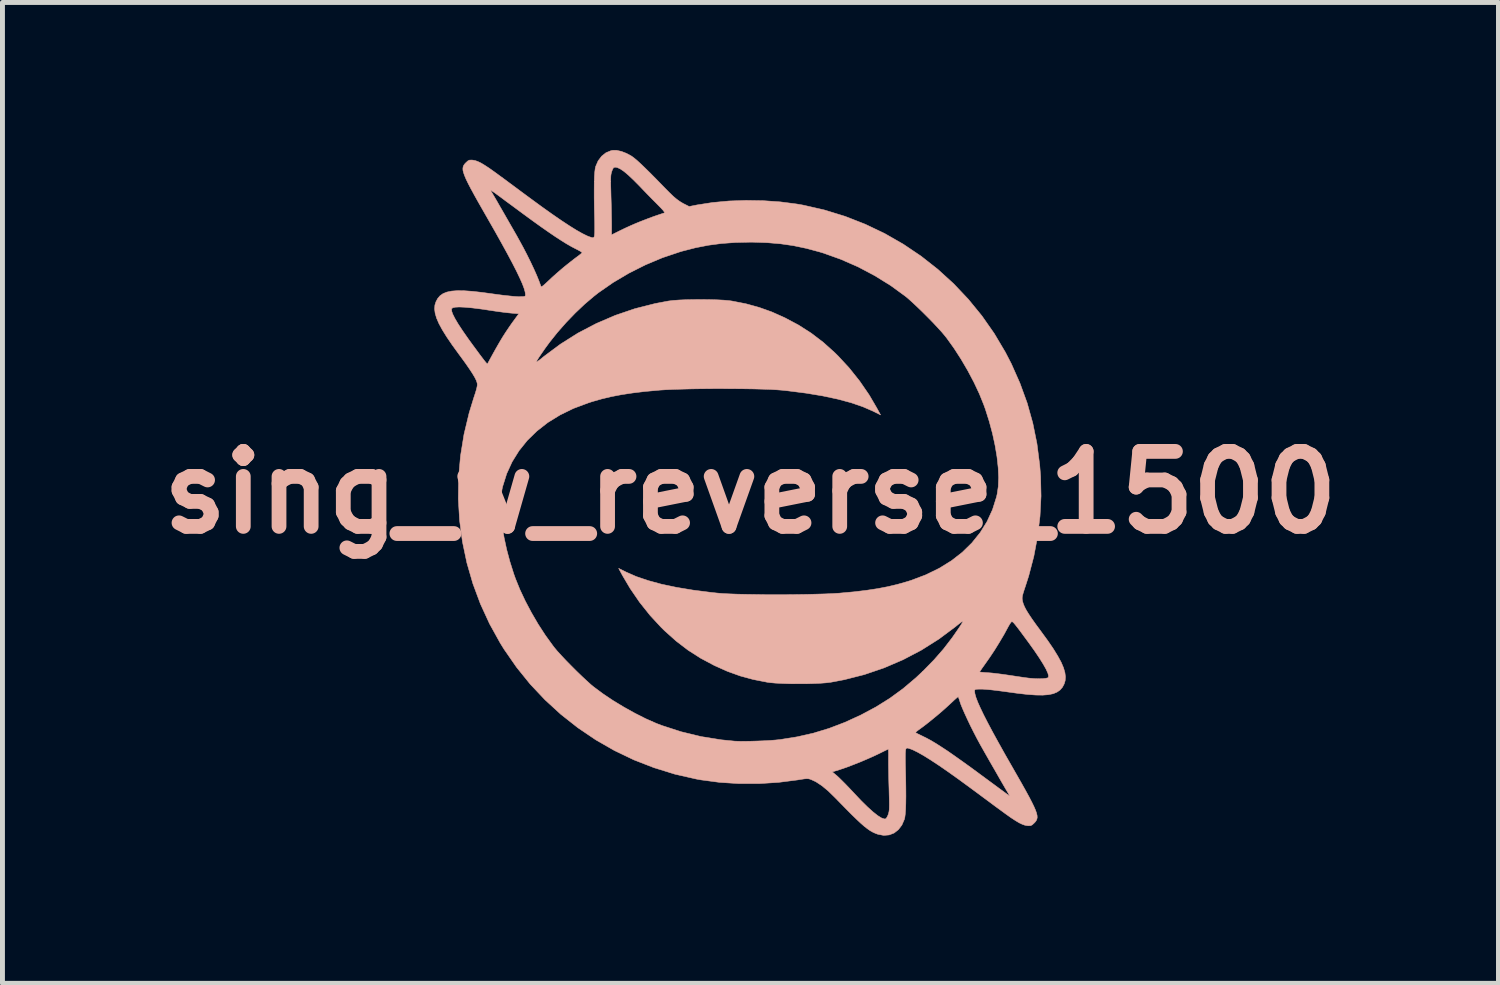
<source format=kicad_pcb>
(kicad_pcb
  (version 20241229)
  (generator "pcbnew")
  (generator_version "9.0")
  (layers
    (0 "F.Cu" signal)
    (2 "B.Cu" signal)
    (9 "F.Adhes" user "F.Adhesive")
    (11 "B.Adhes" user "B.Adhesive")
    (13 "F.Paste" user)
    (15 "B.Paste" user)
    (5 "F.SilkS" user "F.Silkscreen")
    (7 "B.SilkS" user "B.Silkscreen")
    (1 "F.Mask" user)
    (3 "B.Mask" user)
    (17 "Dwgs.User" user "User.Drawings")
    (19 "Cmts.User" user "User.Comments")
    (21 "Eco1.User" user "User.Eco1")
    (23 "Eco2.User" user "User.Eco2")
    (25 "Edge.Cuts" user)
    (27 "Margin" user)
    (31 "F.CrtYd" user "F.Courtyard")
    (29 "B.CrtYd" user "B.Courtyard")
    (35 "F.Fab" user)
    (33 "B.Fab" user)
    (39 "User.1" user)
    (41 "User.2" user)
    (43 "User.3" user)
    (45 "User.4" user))
  (footprint "sing_w_reverse_1500"
    (layer "F.Cu")
    (at 12.199 6.957)
    (property "Reference" "sing_w_reverse_1500" (at 0 0 0) (layer "B.SilkS") (effects (font (size 1.524 1.524) (thickness 0.3))))
    (attr through_hole)
    (fp_poly (pts (xy -2.717 -6.952) (xy -2.62 -6.93) (xy -2.517 -6.89) (xy -2.416 -6.835) (xy -2.412 -6.832) (xy -2.366 -6.798) (xy -2.308 -6.75) (xy -2.237 -6.685) (xy -2.15 -6.602) (xy -2.045 -6.499) (xy -1.922 -6.375) (xy -1.778 -6.227) (xy -1.735 -6.183) (xy -1.642 -6.089) (xy -1.565 -6.015) (xy -1.497 -5.958) (xy -1.433 -5.912) (xy -1.368 -5.873) (xy -1.326 -5.852) (xy -1.245 -5.811) (xy -1.084 -5.843) (xy -0.769 -5.892) (xy -0.434 -5.923) (xy -0.088 -5.935) (xy 0.262 -5.929) (xy 0.607 -5.905) (xy 0.939 -5.862) (xy 1.067 -5.84) (xy 1.501 -5.741) (xy 1.923 -5.611) (xy 2.332 -5.451) (xy 2.726 -5.263) (xy 3.105 -5.046) (xy 3.466 -4.803) (xy 3.807 -4.535) (xy 4.129 -4.242) (xy 4.428 -3.926) (xy 4.704 -3.588) (xy 4.955 -3.229) (xy 5.18 -2.85) (xy 5.301 -2.616) (xy 5.477 -2.219) (xy 5.623 -1.818) (xy 5.737 -1.41) (xy 5.822 -0.991) (xy 5.878 -0.557) (xy 5.896 -0.328) (xy 5.905 0.072) (xy 5.884 0.481) (xy 5.835 0.892) (xy 5.758 1.3) (xy 5.654 1.697) (xy 5.592 1.89) (xy 5.561 1.983) (xy 5.54 2.051) (xy 5.527 2.099) (xy 5.522 2.137) (xy 5.522 2.168) (xy 5.528 2.202) (xy 5.531 2.216) (xy 5.546 2.267) (xy 5.57 2.324) (xy 5.605 2.391) (xy 5.654 2.47) (xy 5.718 2.566) (xy 5.799 2.68) (xy 5.9 2.817) (xy 5.908 2.828) (xy 6.043 3.013) (xy 6.155 3.177) (xy 6.244 3.322) (xy 6.313 3.448) (xy 6.361 3.56) (xy 6.39 3.659) (xy 6.401 3.746) (xy 6.395 3.825) (xy 6.375 3.891) (xy 6.339 3.959) (xy 6.291 4.014) (xy 6.229 4.057) (xy 6.152 4.089) (xy 6.055 4.109) (xy 5.938 4.118) (xy 5.797 4.116) (xy 5.63 4.104) (xy 5.435 4.082) (xy 5.252 4.057) (xy 5.128 4.04) (xy 5.007 4.024) (xy 4.894 4.011) (xy 4.798 4.002) (xy 4.725 3.997) (xy 4.697 3.996) (xy 4.628 3.997) (xy 4.586 3.999) (xy 4.564 4.006) (xy 4.556 4.019) (xy 4.555 4.038) (xy 4.562 4.092) (xy 4.583 4.166) (xy 4.619 4.261) (xy 4.671 4.377) (xy 4.738 4.517) (xy 4.821 4.679) (xy 4.921 4.867) (xy 5.038 5.08) (xy 5.172 5.32) (xy 5.291 5.528) (xy 5.407 5.731) (xy 5.507 5.906) (xy 5.591 6.056) (xy 5.661 6.184) (xy 5.717 6.292) (xy 5.761 6.382) (xy 5.793 6.456) (xy 5.814 6.516) (xy 5.825 6.565) (xy 5.827 6.606) (xy 5.82 6.639) (xy 5.807 6.668) (xy 5.787 6.695) (xy 5.765 6.718) (xy 5.726 6.754) (xy 5.694 6.77) (xy 5.652 6.772) (xy 5.623 6.77) (xy 5.575 6.761) (xy 5.522 6.742) (xy 5.459 6.712) (xy 5.384 6.667) (xy 5.292 6.607) (xy 5.181 6.528) (xy 5.061 6.44) (xy 4.973 6.376) (xy 4.866 6.296) (xy 4.748 6.209) (xy 4.626 6.118) (xy 4.508 6.031) (xy 4.459 5.995) (xy 4.231 5.828) (xy 4.022 5.679) (xy 3.834 5.549) (xy 3.667 5.439) (xy 3.523 5.349) (xy 3.401 5.28) (xy 3.304 5.232) (xy 3.262 5.215) (xy 3.211 5.198) (xy 3.183 5.193) (xy 3.167 5.2) (xy 3.158 5.213) (xy 3.152 5.241) (xy 3.148 5.299) (xy 3.147 5.385) (xy 3.148 5.495) (xy 3.149 5.554) (xy 3.155 5.793) (xy 3.158 5.999) (xy 3.159 6.175) (xy 3.157 6.321) (xy 3.153 6.44) (xy 3.146 6.534) (xy 3.137 6.603) (xy 3.128 6.641) (xy 3.077 6.759) (xy 3.006 6.852) (xy 2.919 6.92) (xy 2.818 6.959) (xy 2.708 6.968) (xy 2.591 6.946) (xy 2.589 6.945) (xy 2.537 6.926) (xy 2.485 6.902) (xy 2.432 6.872) (xy 2.375 6.832) (xy 2.311 6.782) (xy 2.239 6.719) (xy 2.155 6.64) (xy 2.056 6.544) (xy 1.942 6.429) (xy 1.808 6.292) (xy 1.718 6.2) (xy 1.578 6.063) (xy 1.449 5.957) (xy 1.329 5.878) (xy 1.238 5.836) (xy 1.206 5.824) (xy 1.175 5.817) (xy 1.141 5.816) (xy 1.093 5.82) (xy 1.026 5.83) (xy 0.959 5.841) (xy 0.57 5.891) (xy 0.171 5.916) (xy -0.229 5.916) (xy -0.625 5.891) (xy -1.007 5.84) (xy -1.101 5.823) (xy -1.536 5.724) (xy -1.683 5.678) (xy 1.663 5.678) (xy 1.759 5.758) (xy 1.8 5.796) (xy 1.858 5.853) (xy 1.929 5.924) (xy 2.007 6.005) (xy 2.087 6.09) (xy 2.1 6.104) (xy 2.247 6.26) (xy 2.378 6.389) (xy 2.491 6.491) (xy 2.586 6.566) (xy 2.663 6.614) (xy 2.722 6.634) (xy 2.743 6.634) (xy 2.763 6.616) (xy 2.786 6.577) (xy 2.799 6.545) (xy 2.808 6.516) (xy 2.815 6.486) (xy 2.82 6.449) (xy 2.822 6.401) (xy 2.823 6.338) (xy 2.822 6.254) (xy 2.819 6.145) (xy 2.816 6.02) (xy 2.812 5.889) (xy 2.809 5.758) (xy 2.807 5.634) (xy 2.805 5.526) (xy 2.805 5.439) (xy 2.805 5.397) (xy 2.806 5.324) (xy 2.805 5.264) (xy 2.803 5.226) (xy 2.801 5.215) (xy 2.784 5.223) (xy 2.743 5.242) (xy 2.684 5.271) (xy 2.62 5.303) (xy 2.508 5.356) (xy 2.375 5.415) (xy 2.232 5.476) (xy 2.087 5.533) (xy 1.951 5.585) (xy 1.833 5.625) (xy 1.81 5.633) (xy 1.663 5.678) (xy -1.683 5.678) (xy -1.959 5.593) (xy -2.37 5.433) (xy -2.766 5.243) (xy -3.146 5.025) (xy -3.508 4.78) (xy -3.852 4.509) (xy -4.175 4.213) (xy -4.476 3.894) (xy -4.753 3.551) (xy -5.006 3.186) (xy -5.086 3.057) (xy -5.302 2.667) (xy -5.487 2.264) (xy -5.64 1.852) (xy -5.762 1.43) (xy -5.852 1.002) (xy -5.91 0.569) (xy -5.928 0.268) (xy -5.077 0.268) (xy -5.068 0.47) (xy -5.044 0.689) (xy -5.005 0.921) (xy -4.953 1.162) (xy -4.887 1.408) (xy -4.809 1.655) (xy -4.774 1.753) (xy -4.685 1.972) (xy -4.576 2.204) (xy -4.45 2.442) (xy -4.313 2.677) (xy -4.169 2.899) (xy -4.023 3.101) (xy -3.986 3.15) (xy -3.924 3.224) (xy -3.841 3.315) (xy -3.745 3.417) (xy -3.639 3.525) (xy -3.53 3.634) (xy -3.422 3.738) (xy -3.322 3.831) (xy -3.236 3.909) (xy -3.183 3.952) (xy -2.999 4.089) (xy -2.793 4.227) (xy -2.572 4.361) (xy -2.347 4.486) (xy -2.123 4.599) (xy -1.91 4.693) (xy -1.803 4.734) (xy -1.408 4.862) (xy -1.003 4.96) (xy -0.592 5.026) (xy -0.322 5.053) (xy -0.239 5.056) (xy -0.13 5.057) (xy -0.004 5.055) (xy 0.131 5.051) (xy 0.267 5.046) (xy 0.396 5.039) (xy 0.51 5.03) (xy 0.6 5.021) (xy 0.601 5.021) (xy 0.95 4.965) (xy 1.281 4.89) (xy 1.324 4.877) (xy 3.354 4.877) (xy 3.368 4.887) (xy 3.407 4.908) (xy 3.463 4.935) (xy 3.498 4.952) (xy 3.579 4.992) (xy 3.668 5.04) (xy 3.767 5.099) (xy 3.878 5.17) (xy 4.005 5.253) (xy 4.147 5.352) (xy 4.308 5.466) (xy 4.49 5.597) (xy 4.695 5.748) (xy 4.851 5.863) (xy 4.953 5.938) (xy 5.046 6.007) (xy 5.127 6.066) (xy 5.192 6.114) (xy 5.237 6.147) (xy 5.26 6.163) (xy 5.263 6.164) (xy 5.259 6.151) (xy 5.242 6.12) (xy 5.236 6.109) (xy 5.212 6.068) (xy 5.174 6.004) (xy 5.125 5.919) (xy 5.067 5.819) (xy 5.005 5.71) (xy 4.939 5.595) (xy 4.873 5.481) (xy 4.81 5.37) (xy 4.753 5.27) (xy 4.704 5.183) (xy 4.666 5.116) (xy 4.66 5.105) (xy 4.599 4.992) (xy 4.535 4.868) (xy 4.471 4.741) (xy 4.411 4.615) (xy 4.357 4.498) (xy 4.312 4.396) (xy 4.278 4.313) (xy 4.265 4.276) (xy 4.246 4.217) (xy 4.231 4.173) (xy 4.223 4.151) (xy 4.222 4.151) (xy 4.209 4.159) (xy 4.176 4.187) (xy 4.128 4.23) (xy 4.071 4.284) (xy 4.063 4.291) (xy 3.966 4.38) (xy 3.855 4.478) (xy 3.736 4.577) (xy 3.619 4.672) (xy 3.512 4.755) (xy 3.449 4.801) (xy 3.402 4.835) (xy 3.368 4.863) (xy 3.354 4.877) (xy 3.354 4.877) (xy 1.324 4.877) (xy 1.602 4.792) (xy 1.921 4.67) (xy 2.244 4.522) (xy 2.551 4.358) (xy 2.834 4.181) (xy 3.101 3.986) (xy 3.36 3.767) (xy 3.489 3.646) (xy 4.657 3.646) (xy 4.672 3.65) (xy 4.715 3.654) (xy 4.776 3.659) (xy 4.822 3.662) (xy 4.898 3.668) (xy 4.997 3.679) (xy 5.108 3.693) (xy 5.22 3.709) (xy 5.268 3.716) (xy 5.374 3.732) (xy 5.48 3.748) (xy 5.576 3.762) (xy 5.654 3.772) (xy 5.683 3.775) (xy 5.768 3.782) (xy 5.854 3.785) (xy 5.933 3.783) (xy 5.997 3.777) (xy 6.04 3.767) (xy 6.05 3.761) (xy 6.058 3.729) (xy 6.044 3.673) (xy 6.008 3.592) (xy 5.95 3.489) (xy 5.871 3.363) (xy 5.772 3.216) (xy 5.651 3.047) (xy 5.614 2.997) (xy 5.532 2.886) (xy 5.467 2.798) (xy 5.417 2.733) (xy 5.38 2.686) (xy 5.353 2.654) (xy 5.334 2.636) (xy 5.32 2.627) (xy 5.31 2.625) (xy 5.294 2.639) (xy 5.268 2.676) (xy 5.238 2.728) (xy 5.234 2.736) (xy 5.156 2.88) (xy 5.062 3.039) (xy 4.962 3.201) (xy 4.861 3.353) (xy 4.799 3.441) (xy 4.749 3.512) (xy 4.706 3.572) (xy 4.675 3.618) (xy 4.658 3.643) (xy 4.657 3.646) (xy 3.489 3.646) (xy 3.512 3.624) (xy 3.731 3.4) (xy 3.924 3.179) (xy 4.097 2.954) (xy 4.137 2.897) (xy 4.209 2.793) (xy 4.262 2.715) (xy 4.296 2.662) (xy 4.312 2.631) (xy 4.308 2.622) (xy 4.287 2.633) (xy 4.248 2.662) (xy 4.191 2.707) (xy 4.163 2.73) (xy 3.827 2.98) (xy 3.472 3.204) (xy 3.1 3.399) (xy 2.713 3.565) (xy 2.313 3.701) (xy 1.904 3.805) (xy 1.634 3.856) (xy 1.537 3.868) (xy 1.414 3.877) (xy 1.272 3.883) (xy 1.116 3.887) (xy 0.956 3.887) (xy 0.796 3.886) (xy 0.646 3.881) (xy 0.51 3.874) (xy 0.397 3.864) (xy 0.341 3.856) (xy 0.056 3.8) (xy -0.209 3.728) (xy -0.467 3.635) (xy -0.729 3.518) (xy -0.737 3.514) (xy -1.013 3.367) (xy -1.268 3.204) (xy -1.51 3.019) (xy -1.747 2.807) (xy -1.814 2.741) (xy -2.039 2.498) (xy -2.252 2.231) (xy -2.445 1.949) (xy -2.598 1.69) (xy -2.678 1.542) (xy -2.525 1.618) (xy -2.318 1.709) (xy -2.078 1.79) (xy -1.807 1.864) (xy -1.503 1.928) (xy -1.166 1.984) (xy -0.797 2.031) (xy -0.677 2.044) (xy -0.572 2.053) (xy -0.437 2.06) (xy -0.278 2.066) (xy -0.099 2.07) (xy 0.097 2.073) (xy 0.303 2.076) (xy 0.516 2.076) (xy 0.731 2.076) (xy 0.943 2.074) (xy 1.149 2.071) (xy 1.342 2.066) (xy 1.52 2.061) (xy 1.677 2.054) (xy 1.809 2.046) (xy 1.837 2.043) (xy 2.112 2.018) (xy 2.359 1.988) (xy 2.583 1.954) (xy 2.792 1.914) (xy 2.989 1.867) (xy 3.182 1.812) (xy 3.268 1.785) (xy 3.564 1.673) (xy 3.836 1.54) (xy 4.084 1.387) (xy 4.305 1.215) (xy 4.5 1.024) (xy 4.668 0.815) (xy 4.808 0.59) (xy 4.919 0.348) (xy 5 0.091) (xy 5.013 0.034) (xy 5.036 -0.121) (xy 5.043 -0.302) (xy 5.034 -0.504) (xy 5.01 -0.723) (xy 4.971 -0.955) (xy 4.919 -1.196) (xy 4.853 -1.442) (xy 4.775 -1.689) (xy 4.74 -1.786) (xy 4.651 -2.006) (xy 4.542 -2.238) (xy 4.416 -2.476) (xy 4.279 -2.71) (xy 4.135 -2.933) (xy 3.99 -3.135) (xy 3.952 -3.183) (xy 3.89 -3.257) (xy 3.807 -3.348) (xy 3.711 -3.451) (xy 3.605 -3.559) (xy 3.496 -3.668) (xy 3.388 -3.772) (xy 3.289 -3.865) (xy 3.202 -3.943) (xy 3.15 -3.986) (xy 2.851 -4.204) (xy 2.528 -4.404) (xy 2.188 -4.584) (xy 1.836 -4.738) (xy 1.481 -4.865) (xy 1.408 -4.887) (xy 1.137 -4.96) (xy 0.875 -5.015) (xy 0.613 -5.053) (xy 0.34 -5.076) (xy 0.048 -5.086) (xy -0.017 -5.086) (xy -0.315 -5.079) (xy -0.591 -5.059) (xy -0.854 -5.024) (xy -1.115 -4.973) (xy -1.384 -4.904) (xy -1.441 -4.887) (xy -1.789 -4.77) (xy -2.134 -4.625) (xy -2.47 -4.456) (xy -2.791 -4.266) (xy -3.089 -4.059) (xy -3.183 -3.985) (xy -3.368 -3.828) (xy -3.557 -3.649) (xy -3.744 -3.455) (xy -3.921 -3.254) (xy -4.08 -3.055) (xy -4.171 -2.931) (xy -4.243 -2.827) (xy -4.296 -2.749) (xy -4.33 -2.695) (xy -4.345 -2.665) (xy -4.342 -2.656) (xy -4.321 -2.667) (xy -4.282 -2.695) (xy -4.225 -2.741) (xy -4.197 -2.764) (xy -3.861 -3.014) (xy -3.506 -3.238) (xy -3.133 -3.433) (xy -2.747 -3.599) (xy -2.347 -3.735) (xy -1.937 -3.839) (xy -1.668 -3.89) (xy -1.571 -3.902) (xy -1.448 -3.911) (xy -1.306 -3.917) (xy -1.15 -3.92) (xy -0.99 -3.921) (xy -0.83 -3.919) (xy -0.679 -3.915) (xy -0.544 -3.908) (xy -0.431 -3.898) (xy -0.375 -3.89) (xy -0.09 -3.834) (xy 0.175 -3.761) (xy 0.433 -3.669) (xy 0.695 -3.552) (xy 0.703 -3.548) (xy 0.979 -3.401) (xy 1.234 -3.238) (xy 1.477 -3.053) (xy 1.713 -2.841) (xy 1.78 -2.775) (xy 2.005 -2.532) (xy 2.218 -2.265) (xy 2.412 -1.983) (xy 2.564 -1.723) (xy 2.644 -1.576) (xy 2.491 -1.652) (xy 2.284 -1.742) (xy 2.045 -1.824) (xy 1.773 -1.897) (xy 1.469 -1.962) (xy 1.132 -2.018) (xy 0.763 -2.065) (xy 0.643 -2.078) (xy 0.538 -2.086) (xy 0.404 -2.094) (xy 0.244 -2.099) (xy 0.065 -2.104) (xy -0.13 -2.107) (xy -0.337 -2.109) (xy -0.55 -2.11) (xy -0.765 -2.11) (xy -0.977 -2.108) (xy -1.182 -2.105) (xy -1.376 -2.1) (xy -1.554 -2.095) (xy -1.711 -2.088) (xy -1.842 -2.08) (xy -1.871 -2.077) (xy -2.146 -2.052) (xy -2.393 -2.022) (xy -2.617 -1.988) (xy -2.826 -1.948) (xy -3.023 -1.901) (xy -3.216 -1.846) (xy -3.301 -1.818) (xy -3.598 -1.707) (xy -3.87 -1.574) (xy -4.118 -1.421) (xy -4.339 -1.248) (xy -4.534 -1.058) (xy -4.702 -0.849) (xy -4.842 -0.624) (xy -4.953 -0.382) (xy -5.034 -0.125) (xy -5.047 -0.068) (xy -5.07 0.088) (xy -5.077 0.268) (xy -5.928 0.268) (xy -5.936 0.132) (xy -5.93 -0.307) (xy -5.891 -0.745) (xy -5.82 -1.183) (xy -5.716 -1.617) (xy -5.624 -1.917) (xy -5.591 -2.017) (xy -5.569 -2.091) (xy -5.556 -2.145) (xy -5.55 -2.184) (xy -5.552 -2.215) (xy -5.554 -2.226) (xy -5.57 -2.275) (xy -5.601 -2.337) (xy -5.647 -2.415) (xy -5.71 -2.511) (xy -5.791 -2.628) (xy -5.893 -2.768) (xy -5.925 -2.811) (xy -6.06 -2.997) (xy -6.171 -3.16) (xy -6.261 -3.305) (xy -6.33 -3.432) (xy -6.378 -3.543) (xy -6.407 -3.642) (xy -6.418 -3.729) (xy -6.418 -3.732) (xy -6.073 -3.732) (xy -6.073 -3.691) (xy -6.05 -3.625) (xy -6.004 -3.534) (xy -5.936 -3.419) (xy -5.845 -3.281) (xy -5.732 -3.119) (xy -5.631 -2.98) (xy -5.565 -2.891) (xy -5.504 -2.808) (xy -5.451 -2.738) (xy -5.41 -2.684) (xy -5.384 -2.652) (xy -5.379 -2.646) (xy -5.346 -2.609) (xy -5.233 -2.816) (xy -5.181 -2.909) (xy -5.124 -3.009) (xy -5.069 -3.103) (xy -5.025 -3.175) (xy -4.971 -3.259) (xy -4.907 -3.354) (xy -4.844 -3.445) (xy -4.818 -3.48) (xy -4.707 -3.632) (xy -4.855 -3.644) (xy -4.926 -3.651) (xy -5.02 -3.662) (xy -5.126 -3.676) (xy -5.235 -3.692) (xy -5.275 -3.698) (xy -5.482 -3.729) (xy -5.658 -3.751) (xy -5.802 -3.764) (xy -5.915 -3.769) (xy -5.997 -3.765) (xy -6.05 -3.753) (xy -6.073 -3.732) (xy -6.418 -3.732) (xy -6.412 -3.808) (xy -6.391 -3.874) (xy -6.355 -3.942) (xy -6.308 -3.997) (xy -6.246 -4.041) (xy -6.169 -4.072) (xy -6.072 -4.092) (xy -5.955 -4.101) (xy -5.814 -4.099) (xy -5.647 -4.087) (xy -5.452 -4.065) (xy -5.269 -4.04) (xy -5.145 -4.023) (xy -5.023 -4.007) (xy -4.911 -3.995) (xy -4.815 -3.985) (xy -4.742 -3.98) (xy -4.714 -3.979) (xy -4.645 -3.98) (xy -4.603 -3.982) (xy -4.581 -3.989) (xy -4.573 -4.002) (xy -4.572 -4.021) (xy -4.579 -4.075) (xy -4.6 -4.149) (xy -4.636 -4.244) (xy -4.688 -4.36) (xy -4.755 -4.5) (xy -4.838 -4.662) (xy -4.938 -4.85) (xy -5.055 -5.063) (xy -5.189 -5.303) (xy -5.308 -5.511) (xy -5.424 -5.714) (xy -5.524 -5.889) (xy -5.608 -6.039) (xy -5.658 -6.132) (xy -5.276 -6.132) (xy -5.27 -6.12) (xy -5.259 -6.102) (xy -5.254 -6.095) (xy -5.234 -6.06) (xy -5.199 -6.001) (xy -5.153 -5.922) (xy -5.099 -5.827) (xy -5.038 -5.722) (xy -4.975 -5.612) (xy -4.911 -5.5) (xy -4.849 -5.392) (xy -4.792 -5.293) (xy -4.743 -5.207) (xy -4.705 -5.138) (xy -4.696 -5.122) (xy -4.62 -4.983) (xy -4.544 -4.837) (xy -4.471 -4.69) (xy -4.404 -4.548) (xy -4.345 -4.416) (xy -4.298 -4.301) (xy -4.264 -4.208) (xy -4.259 -4.193) (xy -4.252 -4.183) (xy -4.236 -4.186) (xy -4.208 -4.206) (xy -4.164 -4.245) (xy -4.11 -4.295) (xy -4.036 -4.365) (xy -3.948 -4.444) (xy -3.86 -4.52) (xy -3.811 -4.562) (xy -3.735 -4.624) (xy -3.654 -4.688) (xy -3.58 -4.746) (xy -3.536 -4.779) (xy -3.483 -4.818) (xy -3.443 -4.851) (xy -3.422 -4.871) (xy -3.421 -4.874) (xy -3.435 -4.887) (xy -3.472 -4.91) (xy -3.527 -4.939) (xy -3.551 -4.951) (xy -3.637 -4.996) (xy -3.733 -5.051) (xy -3.841 -5.118) (xy -3.963 -5.197) (xy -4.101 -5.291) (xy -4.257 -5.4) (xy -4.434 -5.527) (xy -4.632 -5.672) (xy -4.851 -5.834) (xy -4.974 -5.924) (xy -5.071 -5.997) (xy -5.146 -6.052) (xy -5.201 -6.092) (xy -5.24 -6.118) (xy -5.263 -6.133) (xy -5.274 -6.137) (xy -5.276 -6.132) (xy -5.658 -6.132) (xy -5.678 -6.167) (xy -5.734 -6.275) (xy -5.778 -6.365) (xy -5.809 -6.439) (xy -5.83 -6.499) (xy -5.842 -6.548) (xy -5.843 -6.589) (xy -5.837 -6.622) (xy -5.824 -6.651) (xy -5.804 -6.678) (xy -5.782 -6.701) (xy -5.743 -6.737) (xy -5.711 -6.753) (xy -5.669 -6.755) (xy -5.639 -6.753) (xy -5.592 -6.744) (xy -5.539 -6.725) (xy -5.476 -6.695) (xy -5.401 -6.65) (xy -5.309 -6.59) (xy -5.198 -6.511) (xy -5.078 -6.423) (xy -4.99 -6.359) (xy -4.883 -6.279) (xy -4.765 -6.192) (xy -4.643 -6.101) (xy -4.525 -6.014) (xy -4.476 -5.978) (xy -4.248 -5.811) (xy -4.039 -5.662) (xy -3.851 -5.532) (xy -3.684 -5.422) (xy -3.54 -5.332) (xy -3.418 -5.263) (xy -3.321 -5.215) (xy -3.279 -5.198) (xy -3.228 -5.181) (xy -3.2 -5.176) (xy -3.184 -5.183) (xy -3.175 -5.196) (xy -3.169 -5.224) (xy -3.165 -5.282) (xy -3.164 -5.368) (xy -3.165 -5.478) (xy -3.166 -5.537) (xy -3.172 -5.776) (xy -3.175 -5.982) (xy -3.175 -6.158) (xy -3.174 -6.304) (xy -3.173 -6.321) (xy -2.84 -6.321) (xy -2.839 -6.237) (xy -2.836 -6.128) (xy -2.833 -6.003) (xy -2.829 -5.873) (xy -2.826 -5.745) (xy -2.824 -5.625) (xy -2.822 -5.521) (xy -2.821 -5.438) (xy -2.821 -5.399) (xy -2.822 -5.235) (xy -2.643 -5.324) (xy -2.552 -5.368) (xy -2.445 -5.417) (xy -2.335 -5.465) (xy -2.252 -5.499) (xy -2.158 -5.536) (xy -2.061 -5.573) (xy -1.972 -5.606) (xy -1.905 -5.629) (xy -1.84 -5.651) (xy -1.786 -5.669) (xy -1.752 -5.68) (xy -1.747 -5.682) (xy -1.748 -5.696) (xy -1.773 -5.731) (xy -1.82 -5.782) (xy -1.866 -5.829) (xy -1.923 -5.887) (xy -1.998 -5.962) (xy -2.082 -6.048) (xy -2.17 -6.139) (xy -2.252 -6.225) (xy -2.376 -6.35) (xy -2.482 -6.45) (xy -2.57 -6.524) (xy -2.644 -6.574) (xy -2.704 -6.602) (xy -2.736 -6.609) (xy -2.766 -6.608) (xy -2.786 -6.594) (xy -2.804 -6.56) (xy -2.816 -6.528) (xy -2.825 -6.499) (xy -2.832 -6.469) (xy -2.837 -6.432) (xy -2.839 -6.384) (xy -2.84 -6.321) (xy -3.173 -6.321) (xy -3.17 -6.423) (xy -3.163 -6.517) (xy -3.154 -6.586) (xy -3.145 -6.624) (xy -3.095 -6.739) (xy -3.023 -6.834) (xy -2.935 -6.904) (xy -2.832 -6.946) (xy -2.799 -6.952) (xy -2.717 -6.952)) (stroke (width 0.01) (type solid)) (fill yes) (layer "B.SilkS")))
  (gr_rect
    (start -3 -3)
    (end 27.399 16.931)
    (stroke (width 0.1) (type default))
    (fill no)
    (layer "Edge.Cuts")))
</source>
